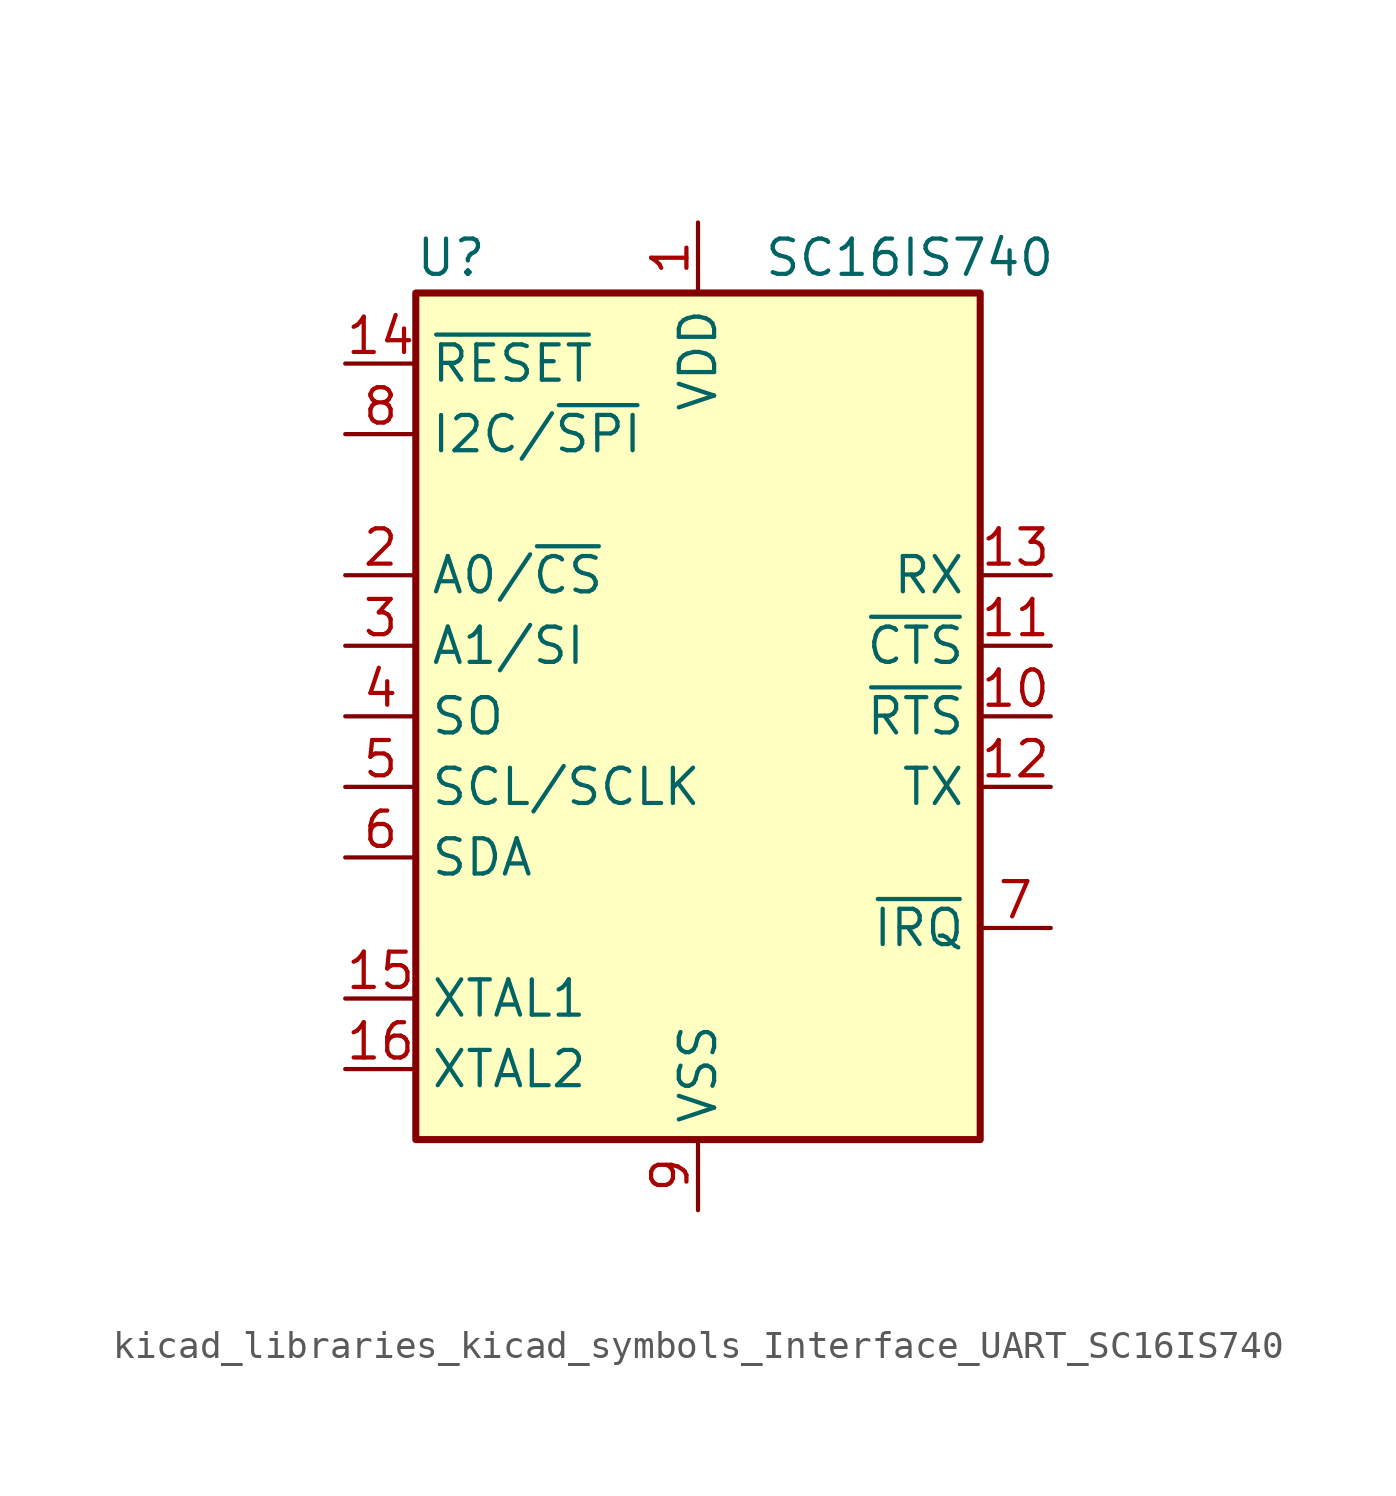
<source format=kicad_sym>
(kicad_symbol_lib
  (version 20220914)
  (generator kicad_symbol_editor)
  (symbol "kicad_libraries_kicad_symbols_Interface_UART_SC16IS740"
    (property "Reference" "U"
      (at -8.89 16.51 0)
      (effects (font (size 1.27 1.27))))
    (property "Value" "SC16IS740"
      (at 7.62 16.51 0)
      (effects (font (size 1.27 1.27))))
    (symbol "kicad_libraries_kicad_symbols_Interface_UART_SC16IS740_0_1"
      (rectangle (start -10.16 15.24) (end 10.16 -15.24) (stroke (width 0.254) (type default)) (fill (type background))))
    (symbol "kicad_libraries_kicad_symbols_Interface_UART_SC16IS740_1_1"
      (pin power_in line (at 0 17.78 270) (length 2.54) (name "VDD" (effects (font (size 1.27 1.27)))) (number "1" (effects (font (size 1.27 1.27)))))
      (pin output line (at 12.7 0 180) (length 2.54) (name "~{RTS}" (effects (font (size 1.27 1.27)))) (number "10" (effects (font (size 1.27 1.27)))))
      (pin input line (at 12.7 2.54 180) (length 2.54) (name "~{CTS}" (effects (font (size 1.27 1.27)))) (number "11" (effects (font (size 1.27 1.27)))))
      (pin output line (at 12.7 -2.54 180) (length 2.54) (name "TX" (effects (font (size 1.27 1.27)))) (number "12" (effects (font (size 1.27 1.27)))))
      (pin input line (at 12.7 5.08 180) (length 2.54) (name "RX" (effects (font (size 1.27 1.27)))) (number "13" (effects (font (size 1.27 1.27)))))
      (pin input line (at -12.7 12.7 0) (length 2.54) (name "~{RESET}" (effects (font (size 1.27 1.27)))) (number "14" (effects (font (size 1.27 1.27)))))
      (pin input line (at -12.7 -10.16 0) (length 2.54) (name "XTAL1" (effects (font (size 1.27 1.27)))) (number "15" (effects (font (size 1.27 1.27)))))
      (pin output line (at -12.7 -12.7 0) (length 2.54) (name "XTAL2" (effects (font (size 1.27 1.27)))) (number "16" (effects (font (size 1.27 1.27)))))
      (pin input line (at -12.7 5.08 0) (length 2.54) (name "A0/~{CS}" (effects (font (size 1.27 1.27)))) (number "2" (effects (font (size 1.27 1.27)))))
      (pin input line (at -12.7 2.54 0) (length 2.54) (name "A1/SI" (effects (font (size 1.27 1.27)))) (number "3" (effects (font (size 1.27 1.27)))))
      (pin output line (at -12.7 0 0) (length 2.54) (name "SO" (effects (font (size 1.27 1.27)))) (number "4" (effects (font (size 1.27 1.27)))))
      (pin input line (at -12.7 -2.54 0) (length 2.54) (name "SCL/SCLK" (effects (font (size 1.27 1.27)))) (number "5" (effects (font (size 1.27 1.27)))))
      (pin bidirectional line (at -12.7 -5.08 0) (length 2.54) (name "SDA" (effects (font (size 1.27 1.27)))) (number "6" (effects (font (size 1.27 1.27)))))
      (pin open_collector line (at 12.7 -7.62 180) (length 2.54) (name "~{IRQ}" (effects (font (size 1.27 1.27)))) (number "7" (effects (font (size 1.27 1.27)))))
      (pin input line (at -12.7 10.16 0) (length 2.54) (name "I2C/~{SPI}" (effects (font (size 1.27 1.27)))) (number "8" (effects (font (size 1.27 1.27)))))
      (pin power_in line (at 0 -17.78 90) (length 2.54) (name "VSS" (effects (font (size 1.27 1.27)))) (number "9" (effects (font (size 1.27 1.27))))))))
</source>
